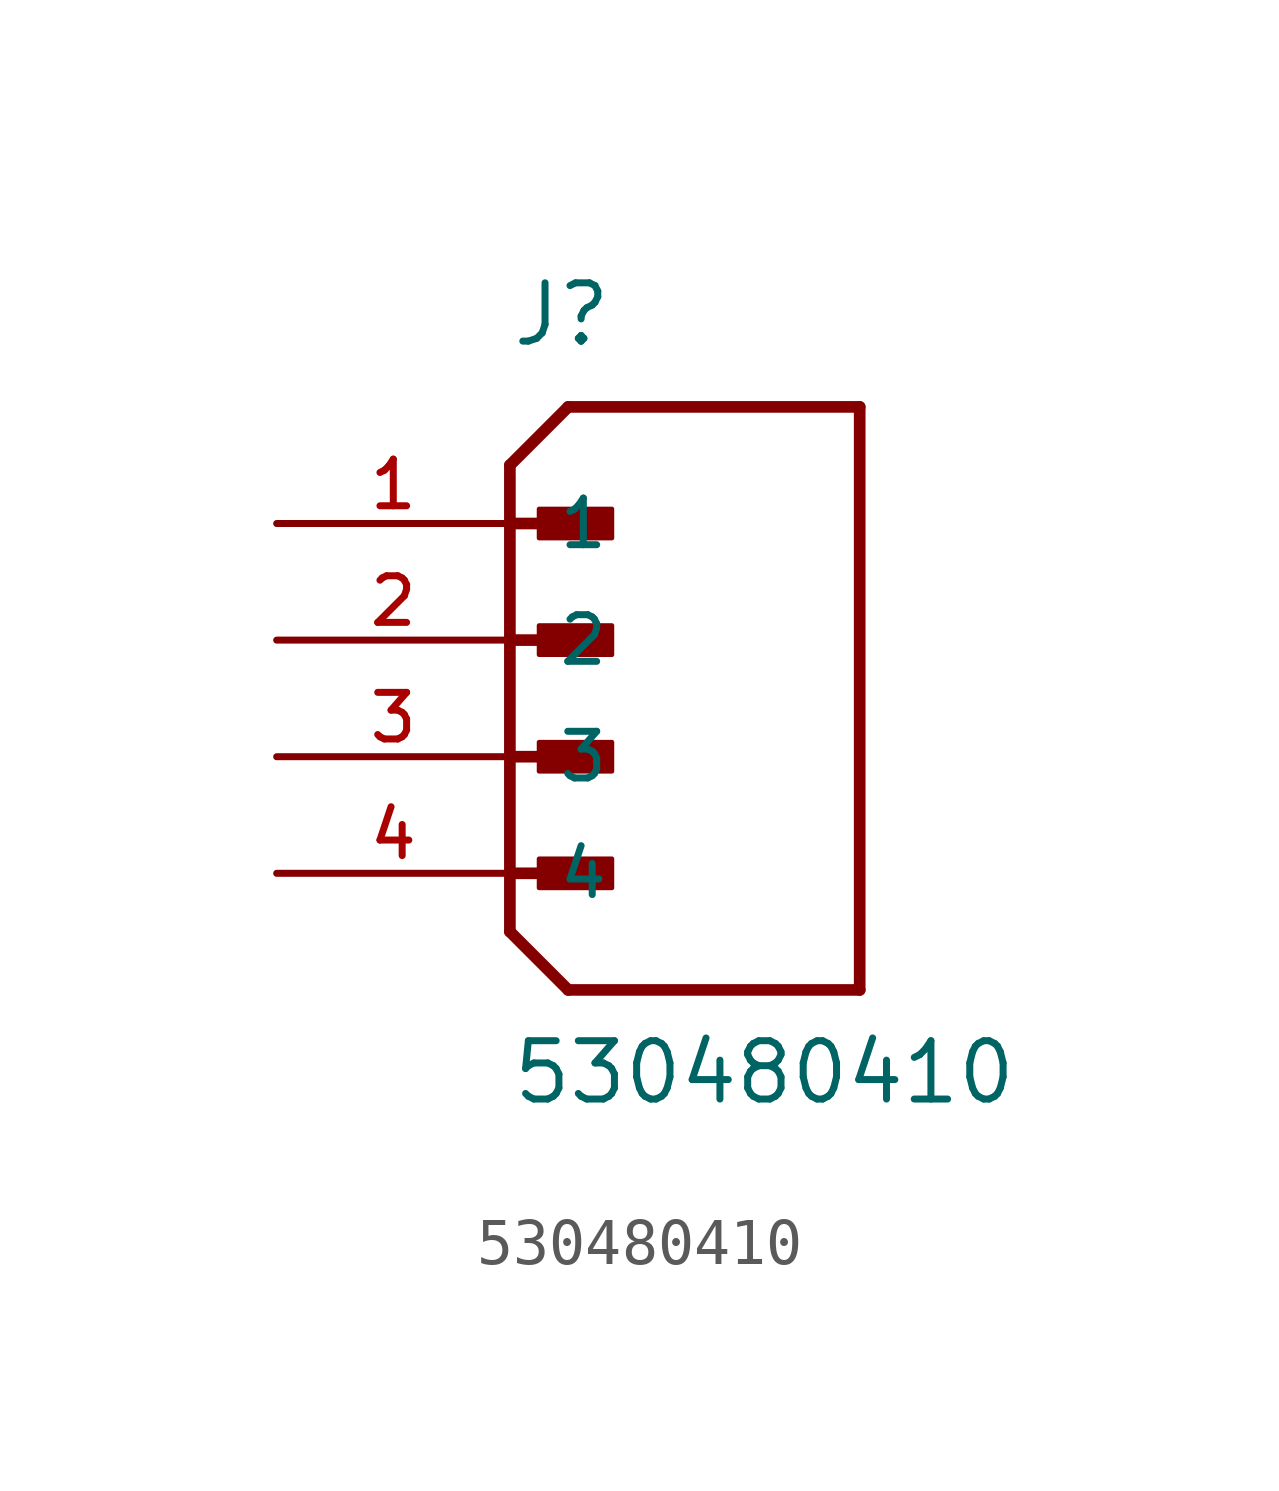
<source format=kicad_sym>
(kicad_symbol_lib
  (version 20220914)
  (generator kicad_symbol_editor)
  (symbol "530480410"
    (pin_names
      (offset 1.016))
    (property "Reference" "J"
      (at 0.0 6.35 0)
      (effects (font (size 1.27 1.27)) (justify bottom left)))
    (property "Value" "530480410"
      (at 0.0 -10.16 0)
      (effects (font (size 1.27 1.27)) (justify bottom left)))
    (symbol "530480410_0_0"
      (polyline (pts (xy 0.0 3.81) (xy 1.27 5.08)) (stroke (width 0.254)))
      (polyline (pts (xy 0.0 -6.35) (xy 1.27 -7.62)) (stroke (width 0.254)))
      (polyline (pts (xy 1.27 -7.62) (xy 7.62 -7.62)) (stroke (width 0.254)))
      (polyline (pts (xy 7.62 -7.62) (xy 7.62 5.08)) (stroke (width 0.254)))
      (polyline (pts (xy 7.62 5.08) (xy 1.27 5.08)) (stroke (width 0.254)))
      (polyline (pts (xy 0.0 2.54) (xy 1.905 2.54)) (stroke (width 0.254)))
      (rectangle (start 0.635 2.223) (end 2.223 2.857) (stroke (width 0.1)) (fill (type outline)))
      (polyline (pts (xy 0.0 0.0) (xy 1.905 0.0)) (stroke (width 0.254)))
      (rectangle (start 0.635 -0.318) (end 2.223 0.318) (stroke (width 0.1)) (fill (type outline)))
      (polyline (pts (xy 0.0 3.81) (xy 0.0 -6.35)) (stroke (width 0.254)))
      (polyline (pts (xy 0.0 -2.54) (xy 1.905 -2.54)) (stroke (width 0.254)))
      (rectangle (start 0.635 -2.857) (end 2.223 -2.223) (stroke (width 0.1)) (fill (type outline)))
      (polyline (pts (xy 0.0 -5.08) (xy 1.905 -5.08)) (stroke (width 0.254)))
      (rectangle (start 0.635 -5.397) (end 2.223 -4.763) (stroke (width 0.1)) (fill (type outline)))
      (pin passive line (at -5.08 2.54 0) (length 5.08) (name "1" (effects (font (size 1.016 1.016)))) (number "1" (effects (font (size 1.016 1.016)))))
      (pin passive line (at -5.08 0.0 0) (length 5.08) (name "2" (effects (font (size 1.016 1.016)))) (number "2" (effects (font (size 1.016 1.016)))))
      (pin passive line (at -5.08 -2.54 0) (length 5.08) (name "3" (effects (font (size 1.016 1.016)))) (number "3" (effects (font (size 1.016 1.016)))))
      (pin passive line (at -5.08 -5.08 0) (length 5.08) (name "4" (effects (font (size 1.016 1.016)))) (number "4" (effects (font (size 1.016 1.016))))))))
</source>
